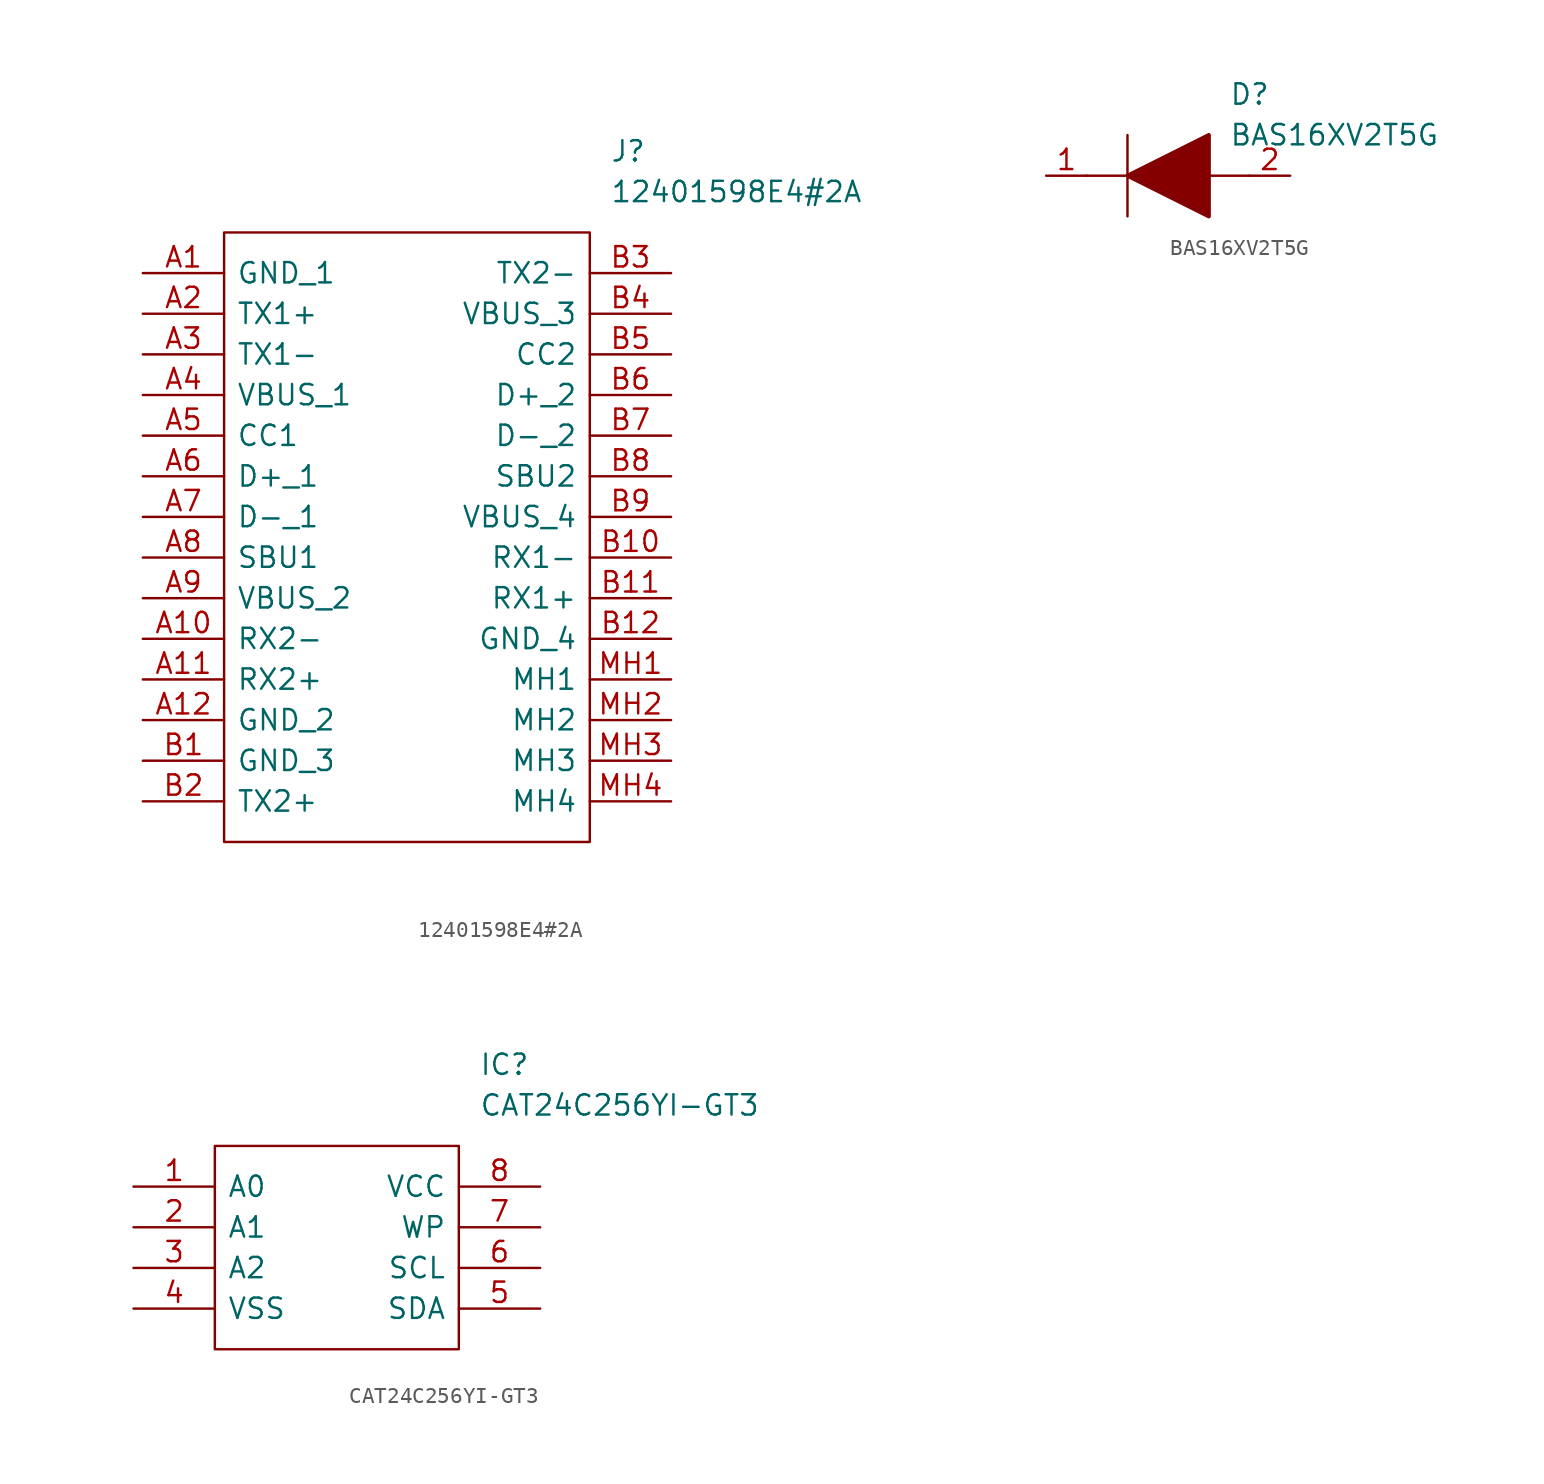
<source format=kicad_sym>
(kicad_symbol_lib
  (version 20211014)
  (generator kicad_symbol_editor)
  (symbol "12401598E4#2A"
    (pin_names
      (offset 0.762))
    (property "Reference" "J"
      (at 29.21 7.62 0)
      (effects (font (size 1.27 1.27)) (justify left)))
    (property "Value" "12401598E4#2A"
      (at 29.21 5.08 0)
      (effects (font (size 1.27 1.27)) (justify left)))
    (symbol "12401598E4#2A_0_0"
      (pin passive line (at 0 0 0) (length 5.08) (name "GND_1" (effects (font (size 1.27 1.27)))) (number "A1" (effects (font (size 1.27 1.27)))))
      (pin passive line (at 0 -22.86 0) (length 5.08) (name "RX2-" (effects (font (size 1.27 1.27)))) (number "A10" (effects (font (size 1.27 1.27)))))
      (pin passive line (at 0 -25.4 0) (length 5.08) (name "RX2+" (effects (font (size 1.27 1.27)))) (number "A11" (effects (font (size 1.27 1.27)))))
      (pin passive line (at 0 -27.94 0) (length 5.08) (name "GND_2" (effects (font (size 1.27 1.27)))) (number "A12" (effects (font (size 1.27 1.27)))))
      (pin passive line (at 0 -2.54 0) (length 5.08) (name "TX1+" (effects (font (size 1.27 1.27)))) (number "A2" (effects (font (size 1.27 1.27)))))
      (pin passive line (at 0 -5.08 0) (length 5.08) (name "TX1-" (effects (font (size 1.27 1.27)))) (number "A3" (effects (font (size 1.27 1.27)))))
      (pin passive line (at 0 -7.62 0) (length 5.08) (name "VBUS_1" (effects (font (size 1.27 1.27)))) (number "A4" (effects (font (size 1.27 1.27)))))
      (pin passive line (at 0 -10.16 0) (length 5.08) (name "CC1" (effects (font (size 1.27 1.27)))) (number "A5" (effects (font (size 1.27 1.27)))))
      (pin passive line (at 0 -12.7 0) (length 5.08) (name "D+_1" (effects (font (size 1.27 1.27)))) (number "A6" (effects (font (size 1.27 1.27)))))
      (pin passive line (at 0 -15.24 0) (length 5.08) (name "D-_1" (effects (font (size 1.27 1.27)))) (number "A7" (effects (font (size 1.27 1.27)))))
      (pin passive line (at 0 -17.78 0) (length 5.08) (name "SBU1" (effects (font (size 1.27 1.27)))) (number "A8" (effects (font (size 1.27 1.27)))))
      (pin passive line (at 0 -20.32 0) (length 5.08) (name "VBUS_2" (effects (font (size 1.27 1.27)))) (number "A9" (effects (font (size 1.27 1.27)))))
      (pin passive line (at 0 -30.48 0) (length 5.08) (name "GND_3" (effects (font (size 1.27 1.27)))) (number "B1" (effects (font (size 1.27 1.27)))))
      (pin passive line (at 33.02 -17.78 180) (length 5.08) (name "RX1-" (effects (font (size 1.27 1.27)))) (number "B10" (effects (font (size 1.27 1.27)))))
      (pin passive line (at 33.02 -20.32 180) (length 5.08) (name "RX1+" (effects (font (size 1.27 1.27)))) (number "B11" (effects (font (size 1.27 1.27)))))
      (pin passive line (at 33.02 -22.86 180) (length 5.08) (name "GND_4" (effects (font (size 1.27 1.27)))) (number "B12" (effects (font (size 1.27 1.27)))))
      (pin passive line (at 0 -33.02 0) (length 5.08) (name "TX2+" (effects (font (size 1.27 1.27)))) (number "B2" (effects (font (size 1.27 1.27)))))
      (pin passive line (at 33.02 0 180) (length 5.08) (name "TX2-" (effects (font (size 1.27 1.27)))) (number "B3" (effects (font (size 1.27 1.27)))))
      (pin passive line (at 33.02 -2.54 180) (length 5.08) (name "VBUS_3" (effects (font (size 1.27 1.27)))) (number "B4" (effects (font (size 1.27 1.27)))))
      (pin passive line (at 33.02 -5.08 180) (length 5.08) (name "CC2" (effects (font (size 1.27 1.27)))) (number "B5" (effects (font (size 1.27 1.27)))))
      (pin passive line (at 33.02 -7.62 180) (length 5.08) (name "D+_2" (effects (font (size 1.27 1.27)))) (number "B6" (effects (font (size 1.27 1.27)))))
      (pin passive line (at 33.02 -10.16 180) (length 5.08) (name "D-_2" (effects (font (size 1.27 1.27)))) (number "B7" (effects (font (size 1.27 1.27)))))
      (pin passive line (at 33.02 -12.7 180) (length 5.08) (name "SBU2" (effects (font (size 1.27 1.27)))) (number "B8" (effects (font (size 1.27 1.27)))))
      (pin passive line (at 33.02 -15.24 180) (length 5.08) (name "VBUS_4" (effects (font (size 1.27 1.27)))) (number "B9" (effects (font (size 1.27 1.27)))))
      (pin passive line (at 33.02 -25.4 180) (length 5.08) (name "MH1" (effects (font (size 1.27 1.27)))) (number "MH1" (effects (font (size 1.27 1.27)))))
      (pin passive line (at 33.02 -27.94 180) (length 5.08) (name "MH2" (effects (font (size 1.27 1.27)))) (number "MH2" (effects (font (size 1.27 1.27)))))
      (pin passive line (at 33.02 -30.48 180) (length 5.08) (name "MH3" (effects (font (size 1.27 1.27)))) (number "MH3" (effects (font (size 1.27 1.27)))))
      (pin passive line (at 33.02 -33.02 180) (length 5.08) (name "MH4" (effects (font (size 1.27 1.27)))) (number "MH4" (effects (font (size 1.27 1.27))))))
    (symbol "12401598E4#2A_0_1"
      (polyline (pts (xy 5.08 2.54) (xy 27.94 2.54) (xy 27.94 -35.56) (xy 5.08 -35.56) (xy 5.08 2.54)) (stroke (width 0.152) (type default) (color 0 0 0 0)) (fill (type none)))))
  (symbol "BAS16XV2T5G"
    (pin_names
      (offset 0.762))
    (property "Reference" "D"
      (at 11.43 5.08 0)
      (effects (font (size 1.27 1.27)) (justify left)))
    (property "Value" "BAS16XV2T5G"
      (at 11.43 2.54 0)
      (effects (font (size 1.27 1.27)) (justify left)))
    (symbol "BAS16XV2T5G_0_0"
      (pin passive line (at 0 0 0) (length 2.54) (name "~" (effects (font (size 1.27 1.27)))) (number "1" (effects (font (size 1.27 1.27)))))
      (pin passive line (at 15.24 0 180) (length 2.54) (name "~" (effects (font (size 1.27 1.27)))) (number "2" (effects (font (size 1.27 1.27))))))
    (symbol "BAS16XV2T5G_0_1"
      (polyline (pts (xy 2.54 0) (xy 5.08 0)) (stroke (width 0.152) (type default) (color 0 0 0 0)) (fill (type none)))
      (polyline (pts (xy 5.08 2.54) (xy 5.08 -2.54)) (stroke (width 0.152) (type default) (color 0 0 0 0)) (fill (type none)))
      (polyline (pts (xy 10.16 0) (xy 12.7 0)) (stroke (width 0.152) (type default) (color 0 0 0 0)) (fill (type none)))
      (polyline (pts (xy 5.08 0) (xy 10.16 2.54) (xy 10.16 -2.54) (xy 5.08 0)) (stroke (width 0.254) (type default) (color 0 0 0 0)) (fill (type outline)))))
  (symbol "CAT24C256YI-GT3"
    (pin_names
      (offset 0.762))
    (property "Reference" "IC"
      (at 21.59 7.62 0)
      (effects (font (size 1.27 1.27)) (justify left)))
    (property "Value" "CAT24C256YI-GT3"
      (at 21.59 5.08 0)
      (effects (font (size 1.27 1.27)) (justify left)))
    (symbol "CAT24C256YI-GT3_0_0"
      (pin passive line (at 0 0 0) (length 5.08) (name "A0" (effects (font (size 1.27 1.27)))) (number "1" (effects (font (size 1.27 1.27)))))
      (pin passive line (at 0 -2.54 0) (length 5.08) (name "A1" (effects (font (size 1.27 1.27)))) (number "2" (effects (font (size 1.27 1.27)))))
      (pin passive line (at 0 -5.08 0) (length 5.08) (name "A2" (effects (font (size 1.27 1.27)))) (number "3" (effects (font (size 1.27 1.27)))))
      (pin passive line (at 0 -7.62 0) (length 5.08) (name "VSS" (effects (font (size 1.27 1.27)))) (number "4" (effects (font (size 1.27 1.27)))))
      (pin passive line (at 25.4 -7.62 180) (length 5.08) (name "SDA" (effects (font (size 1.27 1.27)))) (number "5" (effects (font (size 1.27 1.27)))))
      (pin passive line (at 25.4 -5.08 180) (length 5.08) (name "SCL" (effects (font (size 1.27 1.27)))) (number "6" (effects (font (size 1.27 1.27)))))
      (pin passive line (at 25.4 -2.54 180) (length 5.08) (name "WP" (effects (font (size 1.27 1.27)))) (number "7" (effects (font (size 1.27 1.27)))))
      (pin passive line (at 25.4 0 180) (length 5.08) (name "VCC" (effects (font (size 1.27 1.27)))) (number "8" (effects (font (size 1.27 1.27))))))
    (symbol "CAT24C256YI-GT3_0_1"
      (polyline (pts (xy 5.08 2.54) (xy 20.32 2.54) (xy 20.32 -10.16) (xy 5.08 -10.16) (xy 5.08 2.54)) (stroke (width 0.152) (type default) (color 0 0 0 0)) (fill (type none))))))
</source>
